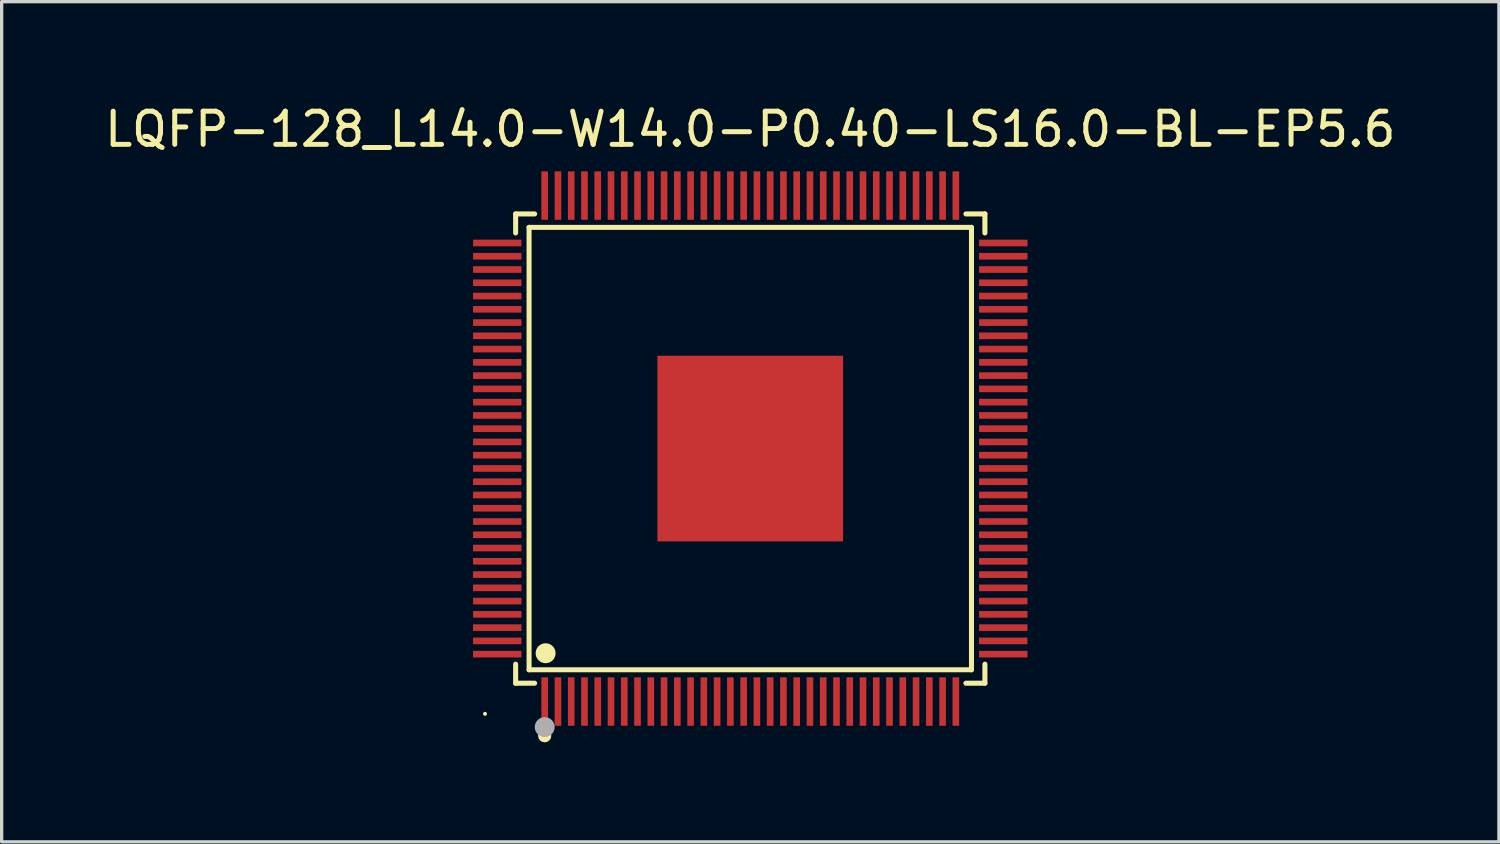
<source format=kicad_pcb>
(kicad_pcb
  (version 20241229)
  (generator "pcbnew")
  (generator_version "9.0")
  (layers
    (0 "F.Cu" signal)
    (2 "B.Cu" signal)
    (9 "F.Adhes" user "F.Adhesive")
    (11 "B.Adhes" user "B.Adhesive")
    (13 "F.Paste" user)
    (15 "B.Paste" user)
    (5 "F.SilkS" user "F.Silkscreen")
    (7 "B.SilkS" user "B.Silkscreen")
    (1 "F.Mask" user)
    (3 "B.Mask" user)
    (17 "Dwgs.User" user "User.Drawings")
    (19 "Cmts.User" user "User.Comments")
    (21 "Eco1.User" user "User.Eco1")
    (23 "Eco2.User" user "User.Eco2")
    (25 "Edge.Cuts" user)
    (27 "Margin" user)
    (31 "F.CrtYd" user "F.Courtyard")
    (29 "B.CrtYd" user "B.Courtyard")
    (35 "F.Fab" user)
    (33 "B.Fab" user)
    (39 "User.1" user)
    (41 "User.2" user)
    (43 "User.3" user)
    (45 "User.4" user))
  (footprint "LQFP-128_L14.0-W14.0-P0.40-LS16.0-BL-EP5.6"
    (layer "F.Cu")
    (at 19.577 10.478)
    (property "Reference" "LQFP-128_L14.0-W14.0-P0.40-LS16.0-BL-EP5.6" (at -0.000051 -9.63 0) (layer "F.SilkS") (effects (font (size 1 1) (thickness 0.15))))
    (attr through_hole)
    (fp_line (start -7.076 -7.076) (end -6.503 -7.076) (stroke (width 0.152) (type solid)) (layer "F.SilkS"))
    (fp_line (start -7.076 -6.503) (end -7.076 -7.076) (stroke (width 0.152) (type solid)) (layer "F.SilkS"))
    (fp_line (start -7.076 6.503) (end -7.076 7.076) (stroke (width 0.152) (type solid)) (layer "F.SilkS"))
    (fp_line (start -7.076 7.076) (end -6.503 7.076) (stroke (width 0.152) (type solid)) (layer "F.SilkS"))
    (fp_line (start -6.671 -6.671) (end 6.671 -6.671) (stroke (width 0.152) (type solid)) (layer "F.SilkS"))
    (fp_line (start -6.671 6.671) (end -6.671 -6.671) (stroke (width 0.152) (type solid)) (layer "F.SilkS"))
    (fp_line (start 6.671 -6.671) (end 6.671 6.671) (stroke (width 0.152) (type solid)) (layer "F.SilkS"))
    (fp_line (start 6.671 6.671) (end -6.671 6.671) (stroke (width 0.152) (type solid)) (layer "F.SilkS"))
    (fp_line (start 7.076 -7.076) (end 6.503 -7.076) (stroke (width 0.152) (type solid)) (layer "F.SilkS"))
    (fp_line (start 7.076 -6.503) (end 7.076 -7.076) (stroke (width 0.152) (type solid)) (layer "F.SilkS"))
    (fp_line (start 7.076 6.503) (end 7.076 7.076) (stroke (width 0.152) (type solid)) (layer "F.SilkS"))
    (fp_line (start 7.076 7.076) (end 6.503 7.076) (stroke (width 0.152) (type solid)) (layer "F.SilkS"))
    (fp_circle (center -8 8) (end -7.97 8) (stroke (width 0.06) (type solid)) (fill no) (layer "F.SilkS"))
    (fp_circle (center -6.2 8.66) (end -6.1 8.66) (stroke (width 0.2) (type solid)) (fill no) (layer "F.SilkS"))
    (fp_circle (center -6.172 6.172) (end -6.021 6.172) (stroke (width 0.3) (type solid)) (fill no) (layer "F.SilkS"))
    (fp_circle (center -6.2 8.4) (end -6.05 8.4) (stroke (width 0.3) (type solid)) (fill no) (layer "F.Fab"))
    (pad "1" smd rect (at -6.2 7.63) (size 0.2 1.46) (layers "F.Cu" "F.Mask" "F.Paste"))
    (pad "2" smd rect (at -5.8 7.63) (size 0.2 1.46) (layers "F.Cu" "F.Mask" "F.Paste"))
    (pad "3" smd rect (at -5.4 7.63) (size 0.2 1.46) (layers "F.Cu" "F.Mask" "F.Paste"))
    (pad "4" smd rect (at -5 7.63) (size 0.2 1.46) (layers "F.Cu" "F.Mask" "F.Paste"))
    (pad "5" smd rect (at -4.6 7.63) (size 0.2 1.46) (layers "F.Cu" "F.Mask" "F.Paste"))
    (pad "6" smd rect (at -4.2 7.63) (size 0.2 1.46) (layers "F.Cu" "F.Mask" "F.Paste"))
    (pad "7" smd rect (at -3.8 7.63) (size 0.2 1.46) (layers "F.Cu" "F.Mask" "F.Paste"))
    (pad "8" smd rect (at -3.4 7.63) (size 0.2 1.46) (layers "F.Cu" "F.Mask" "F.Paste"))
    (pad "9" smd rect (at -3 7.63) (size 0.2 1.46) (layers "F.Cu" "F.Mask" "F.Paste"))
    (pad "10" smd rect (at -2.6 7.63) (size 0.2 1.46) (layers "F.Cu" "F.Mask" "F.Paste"))
    (pad "11" smd rect (at -2.2 7.63) (size 0.2 1.46) (layers "F.Cu" "F.Mask" "F.Paste"))
    (pad "12" smd rect (at -1.8 7.63) (size 0.2 1.46) (layers "F.Cu" "F.Mask" "F.Paste"))
    (pad "13" smd rect (at -1.4 7.63) (size 0.2 1.46) (layers "F.Cu" "F.Mask" "F.Paste"))
    (pad "14" smd rect (at -1 7.63) (size 0.2 1.46) (layers "F.Cu" "F.Mask" "F.Paste"))
    (pad "15" smd rect (at -0.6 7.63) (size 0.2 1.46) (layers "F.Cu" "F.Mask" "F.Paste"))
    (pad "16" smd rect (at -0.2 7.63) (size 0.2 1.46) (layers "F.Cu" "F.Mask" "F.Paste"))
    (pad "17" smd rect (at 0.2 7.63) (size 0.2 1.46) (layers "F.Cu" "F.Mask" "F.Paste"))
    (pad "18" smd rect (at 0.6 7.63) (size 0.2 1.46) (layers "F.Cu" "F.Mask" "F.Paste"))
    (pad "19" smd rect (at 1 7.63) (size 0.2 1.46) (layers "F.Cu" "F.Mask" "F.Paste"))
    (pad "20" smd rect (at 1.4 7.63) (size 0.2 1.46) (layers "F.Cu" "F.Mask" "F.Paste"))
    (pad "21" smd rect (at 1.8 7.63) (size 0.2 1.46) (layers "F.Cu" "F.Mask" "F.Paste"))
    (pad "22" smd rect (at 2.2 7.63) (size 0.2 1.46) (layers "F.Cu" "F.Mask" "F.Paste"))
    (pad "23" smd rect (at 2.6 7.63) (size 0.2 1.46) (layers "F.Cu" "F.Mask" "F.Paste"))
    (pad "24" smd rect (at 3 7.63) (size 0.2 1.46) (layers "F.Cu" "F.Mask" "F.Paste"))
    (pad "25" smd rect (at 3.4 7.63) (size 0.2 1.46) (layers "F.Cu" "F.Mask" "F.Paste"))
    (pad "26" smd rect (at 3.8 7.63) (size 0.2 1.46) (layers "F.Cu" "F.Mask" "F.Paste"))
    (pad "27" smd rect (at 4.2 7.63) (size 0.2 1.46) (layers "F.Cu" "F.Mask" "F.Paste"))
    (pad "28" smd rect (at 4.6 7.63) (size 0.2 1.46) (layers "F.Cu" "F.Mask" "F.Paste"))
    (pad "29" smd rect (at 5 7.63) (size 0.2 1.46) (layers "F.Cu" "F.Mask" "F.Paste"))
    (pad "30" smd rect (at 5.4 7.63) (size 0.2 1.46) (layers "F.Cu" "F.Mask" "F.Paste"))
    (pad "31" smd rect (at 5.8 7.63) (size 0.2 1.46) (layers "F.Cu" "F.Mask" "F.Paste"))
    (pad "32" smd rect (at 6.2 7.63) (size 0.2 1.46) (layers "F.Cu" "F.Mask" "F.Paste"))
    (pad "33" smd rect (at 7.63 6.2) (size 1.46 0.2) (layers "F.Cu" "F.Mask" "F.Paste"))
    (pad "34" smd rect (at 7.63 5.8) (size 1.46 0.2) (layers "F.Cu" "F.Mask" "F.Paste"))
    (pad "35" smd rect (at 7.63 5.4) (size 1.46 0.2) (layers "F.Cu" "F.Mask" "F.Paste"))
    (pad "36" smd rect (at 7.63 5) (size 1.46 0.2) (layers "F.Cu" "F.Mask" "F.Paste"))
    (pad "37" smd rect (at 7.63 4.6) (size 1.46 0.2) (layers "F.Cu" "F.Mask" "F.Paste"))
    (pad "38" smd rect (at 7.63 4.2) (size 1.46 0.2) (layers "F.Cu" "F.Mask" "F.Paste"))
    (pad "39" smd rect (at 7.63 3.8) (size 1.46 0.2) (layers "F.Cu" "F.Mask" "F.Paste"))
    (pad "40" smd rect (at 7.63 3.4) (size 1.46 0.2) (layers "F.Cu" "F.Mask" "F.Paste"))
    (pad "41" smd rect (at 7.63 3) (size 1.46 0.2) (layers "F.Cu" "F.Mask" "F.Paste"))
    (pad "42" smd rect (at 7.63 2.6) (size 1.46 0.2) (layers "F.Cu" "F.Mask" "F.Paste"))
    (pad "43" smd rect (at 7.63 2.2) (size 1.46 0.2) (layers "F.Cu" "F.Mask" "F.Paste"))
    (pad "44" smd rect (at 7.63 1.8) (size 1.46 0.2) (layers "F.Cu" "F.Mask" "F.Paste"))
    (pad "45" smd rect (at 7.63 1.4) (size 1.46 0.2) (layers "F.Cu" "F.Mask" "F.Paste"))
    (pad "46" smd rect (at 7.63 1) (size 1.46 0.2) (layers "F.Cu" "F.Mask" "F.Paste"))
    (pad "47" smd rect (at 7.63 0.6) (size 1.46 0.2) (layers "F.Cu" "F.Mask" "F.Paste"))
    (pad "48" smd rect (at 7.63 0.2) (size 1.46 0.2) (layers "F.Cu" "F.Mask" "F.Paste"))
    (pad "49" smd rect (at 7.63 -0.2) (size 1.46 0.2) (layers "F.Cu" "F.Mask" "F.Paste"))
    (pad "50" smd rect (at 7.63 -0.6) (size 1.46 0.2) (layers "F.Cu" "F.Mask" "F.Paste"))
    (pad "51" smd rect (at 7.63 -1) (size 1.46 0.2) (layers "F.Cu" "F.Mask" "F.Paste"))
    (pad "52" smd rect (at 7.63 -1.4) (size 1.46 0.2) (layers "F.Cu" "F.Mask" "F.Paste"))
    (pad "53" smd rect (at 7.63 -1.8) (size 1.46 0.2) (layers "F.Cu" "F.Mask" "F.Paste"))
    (pad "54" smd rect (at 7.63 -2.2) (size 1.46 0.2) (layers "F.Cu" "F.Mask" "F.Paste"))
    (pad "55" smd rect (at 7.63 -2.6) (size 1.46 0.2) (layers "F.Cu" "F.Mask" "F.Paste"))
    (pad "56" smd rect (at 7.63 -3) (size 1.46 0.2) (layers "F.Cu" "F.Mask" "F.Paste"))
    (pad "57" smd rect (at 7.63 -3.4) (size 1.46 0.2) (layers "F.Cu" "F.Mask" "F.Paste"))
    (pad "58" smd rect (at 7.63 -3.8) (size 1.46 0.2) (layers "F.Cu" "F.Mask" "F.Paste"))
    (pad "59" smd rect (at 7.63 -4.2) (size 1.46 0.2) (layers "F.Cu" "F.Mask" "F.Paste"))
    (pad "60" smd rect (at 7.63 -4.6) (size 1.46 0.2) (layers "F.Cu" "F.Mask" "F.Paste"))
    (pad "61" smd rect (at 7.63 -5) (size 1.46 0.2) (layers "F.Cu" "F.Mask" "F.Paste"))
    (pad "62" smd rect (at 7.63 -5.4) (size 1.46 0.2) (layers "F.Cu" "F.Mask" "F.Paste"))
    (pad "63" smd rect (at 7.63 -5.8) (size 1.46 0.2) (layers "F.Cu" "F.Mask" "F.Paste"))
    (pad "64" smd rect (at 7.63 -6.2) (size 1.46 0.2) (layers "F.Cu" "F.Mask" "F.Paste"))
    (pad "65" smd rect (at 6.2 -7.63) (size 0.2 1.46) (layers "F.Cu" "F.Mask" "F.Paste"))
    (pad "66" smd rect (at 5.8 -7.63) (size 0.2 1.46) (layers "F.Cu" "F.Mask" "F.Paste"))
    (pad "67" smd rect (at 5.4 -7.63) (size 0.2 1.46) (layers "F.Cu" "F.Mask" "F.Paste"))
    (pad "68" smd rect (at 5 -7.63) (size 0.2 1.46) (layers "F.Cu" "F.Mask" "F.Paste"))
    (pad "69" smd rect (at 4.6 -7.63) (size 0.2 1.46) (layers "F.Cu" "F.Mask" "F.Paste"))
    (pad "70" smd rect (at 4.2 -7.63) (size 0.2 1.46) (layers "F.Cu" "F.Mask" "F.Paste"))
    (pad "71" smd rect (at 3.8 -7.63) (size 0.2 1.46) (layers "F.Cu" "F.Mask" "F.Paste"))
    (pad "72" smd rect (at 3.4 -7.63) (size 0.2 1.46) (layers "F.Cu" "F.Mask" "F.Paste"))
    (pad "73" smd rect (at 3 -7.63) (size 0.2 1.46) (layers "F.Cu" "F.Mask" "F.Paste"))
    (pad "74" smd rect (at 2.6 -7.63) (size 0.2 1.46) (layers "F.Cu" "F.Mask" "F.Paste"))
    (pad "75" smd rect (at 2.2 -7.63) (size 0.2 1.46) (layers "F.Cu" "F.Mask" "F.Paste"))
    (pad "76" smd rect (at 1.8 -7.63) (size 0.2 1.46) (layers "F.Cu" "F.Mask" "F.Paste"))
    (pad "77" smd rect (at 1.4 -7.63) (size 0.2 1.46) (layers "F.Cu" "F.Mask" "F.Paste"))
    (pad "78" smd rect (at 1 -7.63) (size 0.2 1.46) (layers "F.Cu" "F.Mask" "F.Paste"))
    (pad "79" smd rect (at 0.6 -7.63) (size 0.2 1.46) (layers "F.Cu" "F.Mask" "F.Paste"))
    (pad "80" smd rect (at 0.2 -7.63) (size 0.2 1.46) (layers "F.Cu" "F.Mask" "F.Paste"))
    (pad "81" smd rect (at -0.2 -7.63) (size 0.2 1.46) (layers "F.Cu" "F.Mask" "F.Paste"))
    (pad "82" smd rect (at -0.6 -7.63) (size 0.2 1.46) (layers "F.Cu" "F.Mask" "F.Paste"))
    (pad "83" smd rect (at -1 -7.63) (size 0.2 1.46) (layers "F.Cu" "F.Mask" "F.Paste"))
    (pad "84" smd rect (at -1.4 -7.63) (size 0.2 1.46) (layers "F.Cu" "F.Mask" "F.Paste"))
    (pad "85" smd rect (at -1.8 -7.63) (size 0.2 1.46) (layers "F.Cu" "F.Mask" "F.Paste"))
    (pad "86" smd rect (at -2.2 -7.63) (size 0.2 1.46) (layers "F.Cu" "F.Mask" "F.Paste"))
    (pad "87" smd rect (at -2.6 -7.63) (size 0.2 1.46) (layers "F.Cu" "F.Mask" "F.Paste"))
    (pad "88" smd rect (at -3 -7.63) (size 0.2 1.46) (layers "F.Cu" "F.Mask" "F.Paste"))
    (pad "89" smd rect (at -3.4 -7.63) (size 0.2 1.46) (layers "F.Cu" "F.Mask" "F.Paste"))
    (pad "90" smd rect (at -3.8 -7.63) (size 0.2 1.46) (layers "F.Cu" "F.Mask" "F.Paste"))
    (pad "91" smd rect (at -4.2 -7.63) (size 0.2 1.46) (layers "F.Cu" "F.Mask" "F.Paste"))
    (pad "92" smd rect (at -4.6 -7.63) (size 0.2 1.46) (layers "F.Cu" "F.Mask" "F.Paste"))
    (pad "93" smd rect (at -5 -7.63) (size 0.2 1.46) (layers "F.Cu" "F.Mask" "F.Paste"))
    (pad "94" smd rect (at -5.4 -7.63) (size 0.2 1.46) (layers "F.Cu" "F.Mask" "F.Paste"))
    (pad "95" smd rect (at -5.8 -7.63) (size 0.2 1.46) (layers "F.Cu" "F.Mask" "F.Paste"))
    (pad "96" smd rect (at -6.2 -7.63) (size 0.2 1.46) (layers "F.Cu" "F.Mask" "F.Paste"))
    (pad "97" smd rect (at -7.63 -6.2) (size 1.46 0.2) (layers "F.Cu" "F.Mask" "F.Paste"))
    (pad "98" smd rect (at -7.63 -5.8) (size 1.46 0.2) (layers "F.Cu" "F.Mask" "F.Paste"))
    (pad "99" smd rect (at -7.63 -5.4) (size 1.46 0.2) (layers "F.Cu" "F.Mask" "F.Paste"))
    (pad "100" smd rect (at -7.63 -5) (size 1.46 0.2) (layers "F.Cu" "F.Mask" "F.Paste"))
    (pad "101" smd rect (at -7.63 -4.6) (size 1.46 0.2) (layers "F.Cu" "F.Mask" "F.Paste"))
    (pad "102" smd rect (at -7.63 -4.2) (size 1.46 0.2) (layers "F.Cu" "F.Mask" "F.Paste"))
    (pad "103" smd rect (at -7.63 -3.8) (size 1.46 0.2) (layers "F.Cu" "F.Mask" "F.Paste"))
    (pad "104" smd rect (at -7.63 -3.4) (size 1.46 0.2) (layers "F.Cu" "F.Mask" "F.Paste"))
    (pad "105" smd rect (at -7.63 -3) (size 1.46 0.2) (layers "F.Cu" "F.Mask" "F.Paste"))
    (pad "106" smd rect (at -7.63 -2.6) (size 1.46 0.2) (layers "F.Cu" "F.Mask" "F.Paste"))
    (pad "107" smd rect (at -7.63 -2.2) (size 1.46 0.2) (layers "F.Cu" "F.Mask" "F.Paste"))
    (pad "108" smd rect (at -7.63 -1.8) (size 1.46 0.2) (layers "F.Cu" "F.Mask" "F.Paste"))
    (pad "109" smd rect (at -7.63 -1.4) (size 1.46 0.2) (layers "F.Cu" "F.Mask" "F.Paste"))
    (pad "110" smd rect (at -7.63 -1) (size 1.46 0.2) (layers "F.Cu" "F.Mask" "F.Paste"))
    (pad "111" smd rect (at -7.63 -0.6) (size 1.46 0.2) (layers "F.Cu" "F.Mask" "F.Paste"))
    (pad "112" smd rect (at -7.63 -0.2) (size 1.46 0.2) (layers "F.Cu" "F.Mask" "F.Paste"))
    (pad "113" smd rect (at -7.63 0.2) (size 1.46 0.2) (layers "F.Cu" "F.Mask" "F.Paste"))
    (pad "114" smd rect (at -7.63 0.6) (size 1.46 0.2) (layers "F.Cu" "F.Mask" "F.Paste"))
    (pad "115" smd rect (at -7.63 1) (size 1.46 0.2) (layers "F.Cu" "F.Mask" "F.Paste"))
    (pad "116" smd rect (at -7.63 1.4) (size 1.46 0.2) (layers "F.Cu" "F.Mask" "F.Paste"))
    (pad "117" smd rect (at -7.63 1.8) (size 1.46 0.2) (layers "F.Cu" "F.Mask" "F.Paste"))
    (pad "118" smd rect (at -7.63 2.2) (size 1.46 0.2) (layers "F.Cu" "F.Mask" "F.Paste"))
    (pad "119" smd rect (at -7.63 2.6) (size 1.46 0.2) (layers "F.Cu" "F.Mask" "F.Paste"))
    (pad "120" smd rect (at -7.63 3) (size 1.46 0.2) (layers "F.Cu" "F.Mask" "F.Paste"))
    (pad "121" smd rect (at -7.63 3.4) (size 1.46 0.2) (layers "F.Cu" "F.Mask" "F.Paste"))
    (pad "122" smd rect (at -7.63 3.8) (size 1.46 0.2) (layers "F.Cu" "F.Mask" "F.Paste"))
    (pad "123" smd rect (at -7.63 4.2) (size 1.46 0.2) (layers "F.Cu" "F.Mask" "F.Paste"))
    (pad "124" smd rect (at -7.63 4.6) (size 1.46 0.2) (layers "F.Cu" "F.Mask" "F.Paste"))
    (pad "125" smd rect (at -7.63 5) (size 1.46 0.2) (layers "F.Cu" "F.Mask" "F.Paste"))
    (pad "126" smd rect (at -7.63 5.4) (size 1.46 0.2) (layers "F.Cu" "F.Mask" "F.Paste"))
    (pad "127" smd rect (at -7.63 5.8) (size 1.46 0.2) (layers "F.Cu" "F.Mask" "F.Paste"))
    (pad "128" smd rect (at -7.63 6.2) (size 1.46 0.2) (layers "F.Cu" "F.Mask" "F.Paste"))
    (pad "129" smd rect (at -0.000051 0.000127) (size 5.6 5.6) (layers "F.Cu" "F.Mask" "F.Paste")))
  (gr_rect
    (start -3 -3)
    (end 42.155 22.338)
    (stroke (width 0.1) (type default))
    (fill no)
    (layer "Edge.Cuts")))
</source>
